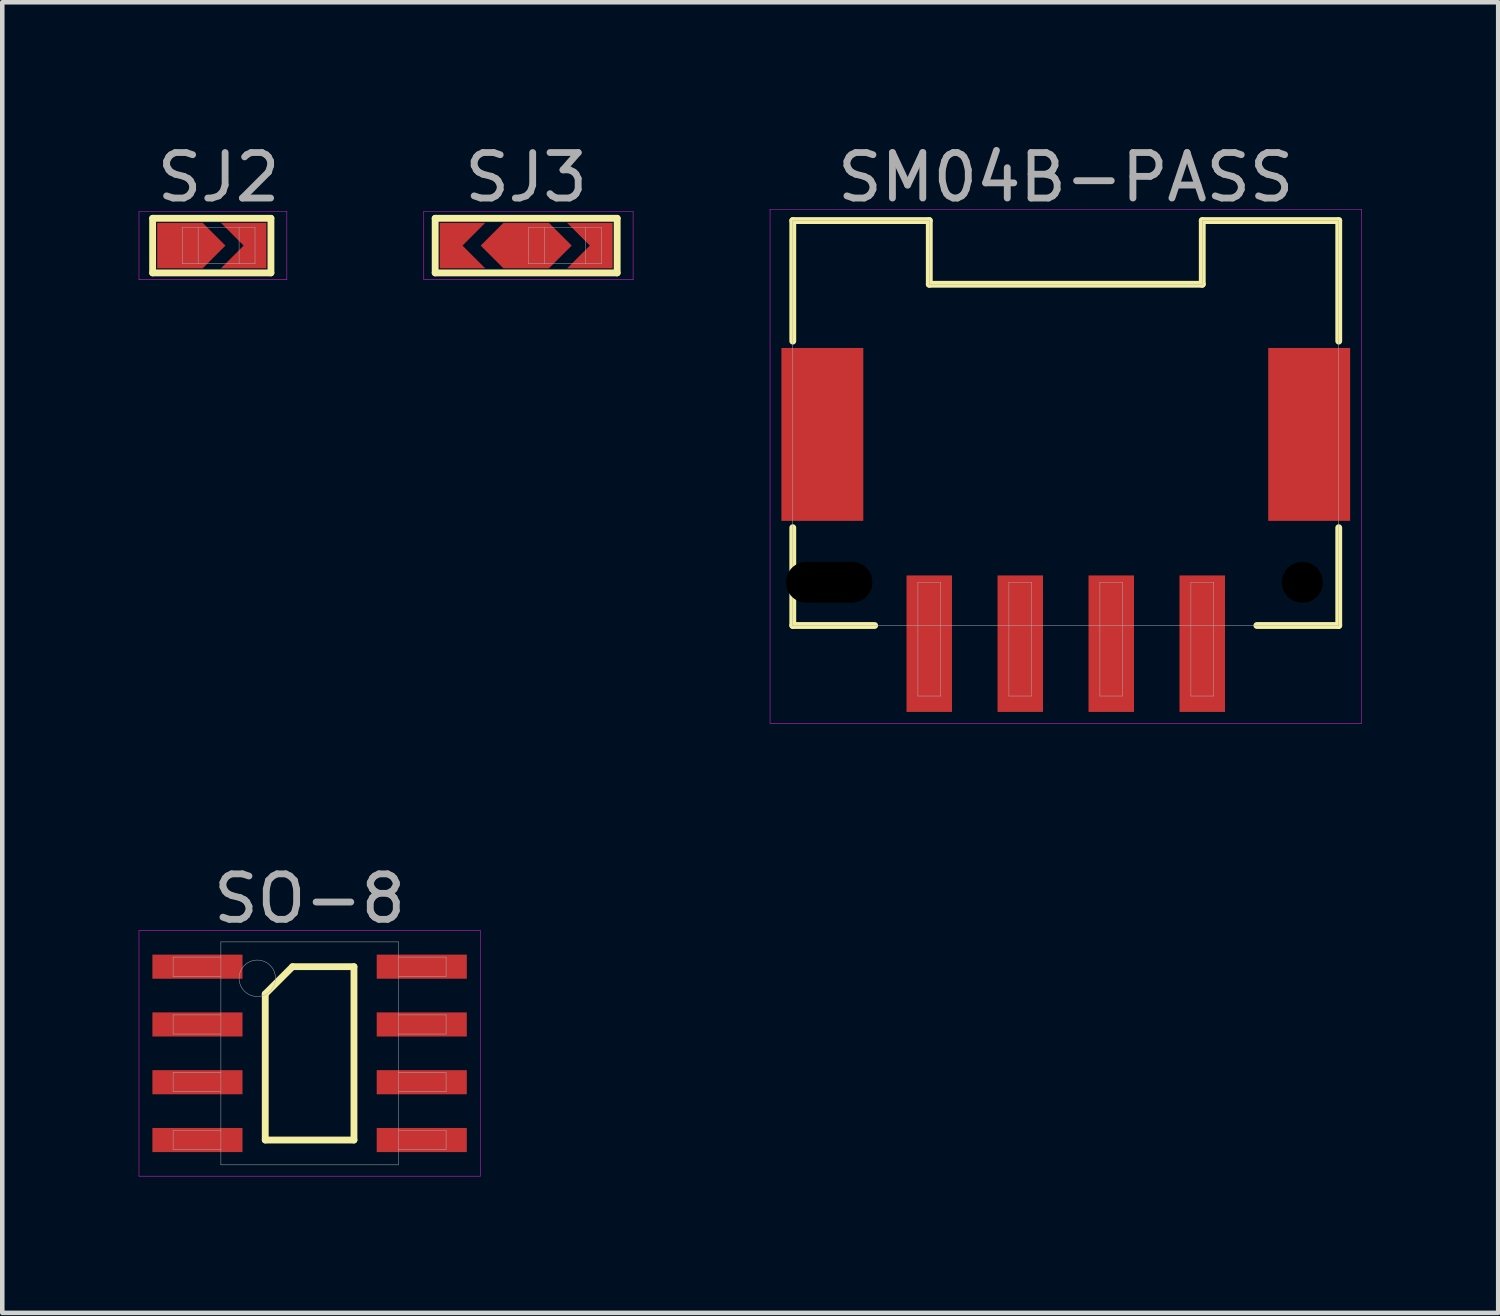
<source format=kicad_pcb>
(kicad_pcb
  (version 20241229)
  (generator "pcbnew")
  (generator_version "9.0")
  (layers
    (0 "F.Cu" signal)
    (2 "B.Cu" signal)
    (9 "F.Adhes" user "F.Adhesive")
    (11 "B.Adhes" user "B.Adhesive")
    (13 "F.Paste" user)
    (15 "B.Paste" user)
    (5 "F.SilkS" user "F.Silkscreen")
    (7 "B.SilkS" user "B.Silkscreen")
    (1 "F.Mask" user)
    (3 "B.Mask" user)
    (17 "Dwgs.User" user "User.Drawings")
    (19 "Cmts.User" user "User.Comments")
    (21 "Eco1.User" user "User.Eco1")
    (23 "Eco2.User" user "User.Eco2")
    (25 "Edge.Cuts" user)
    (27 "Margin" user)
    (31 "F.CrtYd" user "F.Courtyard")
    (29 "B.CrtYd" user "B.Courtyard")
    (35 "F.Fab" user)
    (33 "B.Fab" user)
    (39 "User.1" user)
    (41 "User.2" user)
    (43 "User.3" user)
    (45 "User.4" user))
  (footprint "SO-8"
    (layer "F.Cu")
    (at 3.755 20.102)
    (property "Reference" "SO-8" (at 0 -3.4 0) (layer "F.Fab") (effects (font (size 1 1) (thickness 0.15))))
    (attr through_hole)
    (fp_line (start -0.975 -1.305) (end -0.375 -1.905) (stroke (width 0.15) (type solid)) (layer "F.SilkS"))
    (fp_line (start -0.975 1.905) (end -0.975 -1.305) (stroke (width 0.15) (type solid)) (layer "F.SilkS"))
    (fp_line (start -0.375 -1.905) (end 0.975 -1.905) (stroke (width 0.15) (type solid)) (layer "F.SilkS"))
    (fp_line (start 0.975 -1.905) (end 0.975 1.905) (stroke (width 0.15) (type solid)) (layer "F.SilkS"))
    (fp_line (start 0.975 1.905) (end -0.975 1.905) (stroke (width 0.15) (type solid)) (layer "F.SilkS"))
    (fp_line (start -3.75 -2.7) (end 3.75 -2.7) (stroke (width 0.01) (type solid)) (layer "F.CrtYd"))
    (fp_line (start -3.75 2.7) (end -3.75 -2.7) (stroke (width 0.01) (type solid)) (layer "F.CrtYd"))
    (fp_line (start 3.75 -2.7) (end 3.75 2.7) (stroke (width 0.01) (type solid)) (layer "F.CrtYd"))
    (fp_line (start 3.75 2.7) (end -3.75 2.7) (stroke (width 0.01) (type solid)) (layer "F.CrtYd"))
    (fp_line (start -3 -2.115) (end -1.95 -2.115) (stroke (width 0.01) (type solid)) (layer "F.Fab"))
    (fp_line (start -3 -1.695) (end -3 -2.115) (stroke (width 0.01) (type solid)) (layer "F.Fab"))
    (fp_line (start -3 -0.845) (end -1.95 -0.845) (stroke (width 0.01) (type solid)) (layer "F.Fab"))
    (fp_line (start -3 -0.425) (end -3 -0.845) (stroke (width 0.01) (type solid)) (layer "F.Fab"))
    (fp_line (start -3 0.425) (end -1.95 0.425) (stroke (width 0.01) (type solid)) (layer "F.Fab"))
    (fp_line (start -3 0.845) (end -3 0.425) (stroke (width 0.01) (type solid)) (layer "F.Fab"))
    (fp_line (start -3 1.695) (end -1.95 1.695) (stroke (width 0.01) (type solid)) (layer "F.Fab"))
    (fp_line (start -3 2.115) (end -3 1.695) (stroke (width 0.01) (type solid)) (layer "F.Fab"))
    (fp_line (start -1.95 -2.45) (end 1.95 -2.45) (stroke (width 0.01) (type solid)) (layer "F.Fab"))
    (fp_line (start -1.95 -1.695) (end -3 -1.695) (stroke (width 0.01) (type solid)) (layer "F.Fab"))
    (fp_line (start -1.95 -0.425) (end -3 -0.425) (stroke (width 0.01) (type solid)) (layer "F.Fab"))
    (fp_line (start -1.95 0.845) (end -3 0.845) (stroke (width 0.01) (type solid)) (layer "F.Fab"))
    (fp_line (start -1.95 2.115) (end -3 2.115) (stroke (width 0.01) (type solid)) (layer "F.Fab"))
    (fp_line (start -1.95 2.45) (end -1.95 -2.45) (stroke (width 0.01) (type solid)) (layer "F.Fab"))
    (fp_line (start 1.95 -2.45) (end 1.95 2.45) (stroke (width 0.01) (type solid)) (layer "F.Fab"))
    (fp_line (start 1.95 -2.115) (end 3 -2.115) (stroke (width 0.01) (type solid)) (layer "F.Fab"))
    (fp_line (start 1.95 -0.845) (end 3 -0.845) (stroke (width 0.01) (type solid)) (layer "F.Fab"))
    (fp_line (start 1.95 0.425) (end 3 0.425) (stroke (width 0.01) (type solid)) (layer "F.Fab"))
    (fp_line (start 1.95 1.695) (end 3 1.695) (stroke (width 0.01) (type solid)) (layer "F.Fab"))
    (fp_line (start 1.95 2.45) (end -1.95 2.45) (stroke (width 0.01) (type solid)) (layer "F.Fab"))
    (fp_line (start 3 -2.115) (end 3 -1.695) (stroke (width 0.01) (type solid)) (layer "F.Fab"))
    (fp_line (start 3 -1.695) (end 1.95 -1.695) (stroke (width 0.01) (type solid)) (layer "F.Fab"))
    (fp_line (start 3 -0.845) (end 3 -0.425) (stroke (width 0.01) (type solid)) (layer "F.Fab"))
    (fp_line (start 3 -0.425) (end 1.95 -0.425) (stroke (width 0.01) (type solid)) (layer "F.Fab"))
    (fp_line (start 3 0.425) (end 3 0.845) (stroke (width 0.01) (type solid)) (layer "F.Fab"))
    (fp_line (start 3 0.845) (end 1.95 0.845) (stroke (width 0.01) (type solid)) (layer "F.Fab"))
    (fp_line (start 3 1.695) (end 3 2.115) (stroke (width 0.01) (type solid)) (layer "F.Fab"))
    (fp_line (start 3 2.115) (end 1.95 2.115) (stroke (width 0.01) (type solid)) (layer "F.Fab"))
    (fp_circle (center -1.15 -1.65) (end -1.15 -1.25) (stroke (width 0.01) (type solid)) (fill no) (layer "F.Fab"))
    (pad "1" smd rect (at -2.465 -1.905) (size 1.98 0.53) (layers "F.Cu" "F.Mask" "F.Paste"))
    (pad "2" smd rect (at -2.465 -0.635) (size 1.98 0.53) (layers "F.Cu" "F.Mask" "F.Paste"))
    (pad "3" smd rect (at -2.465 0.635) (size 1.98 0.53) (layers "F.Cu" "F.Mask" "F.Paste"))
    (pad "4" smd rect (at -2.465 1.905) (size 1.98 0.53) (layers "F.Cu" "F.Mask" "F.Paste"))
    (pad "5" smd rect (at 2.465 1.905) (size 1.98 0.53) (layers "F.Cu" "F.Mask" "F.Paste"))
    (pad "6" smd rect (at 2.465 0.635) (size 1.98 0.53) (layers "F.Cu" "F.Mask" "F.Paste"))
    (pad "7" smd rect (at 2.465 -0.635) (size 1.98 0.53) (layers "F.Cu" "F.Mask" "F.Paste"))
    (pad "8" smd rect (at 2.465 -1.905) (size 1.98 0.53) (layers "F.Cu" "F.Mask" "F.Paste")))
  (footprint "SJ3"
    (layer "F.Cu")
    (at 8.515 2.348)
    (property "Reference" "SJ3" (at 0 -1.5 180) (layer "F.Fab") (effects (font (size 1 1) (thickness 0.15))))
    (attr through_hole)
    (fp_line (start -2 -0.6) (end -2 0.6) (stroke (width 0.15) (type solid)) (layer "F.SilkS"))
    (fp_line (start -2 0.6) (end 2 0.6) (stroke (width 0.15) (type solid)) (layer "F.SilkS"))
    (fp_line (start 2 -0.6) (end -2 -0.6) (stroke (width 0.15) (type solid)) (layer "F.SilkS"))
    (fp_line (start 2 0.6) (end 2 -0.6) (stroke (width 0.15) (type solid)) (layer "F.SilkS"))
    (fp_line (start -2.25 -0.75) (end 2.35 -0.75) (stroke (width 0.01) (type solid)) (layer "F.CrtYd"))
    (fp_line (start -2.25 0.75) (end -2.25 -0.75) (stroke (width 0.01) (type solid)) (layer "F.CrtYd"))
    (fp_line (start 2.35 -0.75) (end 2.35 0.75) (stroke (width 0.01) (type solid)) (layer "F.CrtYd"))
    (fp_line (start 2.35 0.75) (end -2.25 0.75) (stroke (width 0.01) (type solid)) (layer "F.CrtYd"))
    (fp_line (start 0.05 -0.4) (end 1.65 -0.4) (stroke (width 0.01) (type solid)) (layer "F.Fab"))
    (fp_line (start 0.05 0.4) (end 0.05 -0.4) (stroke (width 0.01) (type solid)) (layer "F.Fab"))
    (fp_line (start 0.4 -0.4) (end 0.4 0.4) (stroke (width 0.01) (type solid)) (layer "F.Fab"))
    (fp_line (start 1.3 -0.4) (end 1.3 0.4) (stroke (width 0.01) (type solid)) (layer "F.Fab"))
    (fp_line (start 1.65 -0.4) (end 1.65 0.4) (stroke (width 0.01) (type solid)) (layer "F.Fab"))
    (fp_line (start 1.65 0.4) (end 0.05 0.4) (stroke (width 0.01) (type solid)) (layer "F.Fab"))
    (pad "1" smd custom (at -1.7 0 180) (size 0.4 0.4) (layers "F.Cu" "F.Mask") (options (anchor rect)) (primitives (gr_poly (pts (xy -0.8 0.5) (xy -0.3 0) (xy -0.8 -0.5) (xy 0.2 -0.5) (xy 0.2 0.5)) (width 0) (fill yes))))
    (pad "2" smd custom (at 0 0) (size 1 1) (layers "F.Cu" "F.Mask") (options (anchor rect)) (primitives (gr_poly (pts (xy 0.5 0.5) (xy 1 0) (xy 0.5 -0.5)) (width 0) (fill yes)) (gr_poly (pts (xy -0.5 0.5) (xy -1 0) (xy -0.5 -0.5)) (width 0) (fill yes))))
    (pad "3" smd custom (at 1.7 0) (size 0.4 0.4) (layers "F.Cu" "F.Mask") (options (anchor rect)) (primitives (gr_poly (pts (xy -0.8 0.5) (xy -0.3 0) (xy -0.8 -0.5) (xy 0.2 -0.5) (xy 0.2 0.5)) (width 0) (fill yes)))))
  (footprint "SJ2"
    (layer "F.Cu")
    (at 1.755 2.348)
    (property "Reference" "SJ2" (at 0 -1.5 180) (layer "F.Fab") (effects (font (size 1 1) (thickness 0.15))))
    (attr through_hole)
    (fp_line (start -1.45 -0.6) (end -1.45 0.6) (stroke (width 0.15) (type solid)) (layer "F.SilkS"))
    (fp_line (start -1.45 0.6) (end 1.15 0.6) (stroke (width 0.15) (type solid)) (layer "F.SilkS"))
    (fp_line (start 1.15 -0.6) (end -1.45 -0.6) (stroke (width 0.15) (type solid)) (layer "F.SilkS"))
    (fp_line (start 1.15 0.6) (end 1.15 -0.6) (stroke (width 0.15) (type solid)) (layer "F.SilkS"))
    (fp_line (start -1.75 -0.75) (end 1.5 -0.75) (stroke (width 0.01) (type solid)) (layer "F.CrtYd"))
    (fp_line (start -1.75 0.75) (end -1.75 -0.75) (stroke (width 0.01) (type solid)) (layer "F.CrtYd"))
    (fp_line (start 1.5 -0.75) (end 1.5 0.75) (stroke (width 0.01) (type solid)) (layer "F.CrtYd"))
    (fp_line (start 1.5 0.75) (end -1.75 0.75) (stroke (width 0.01) (type solid)) (layer "F.CrtYd"))
    (fp_line (start -0.8 -0.4) (end 0.8 -0.4) (stroke (width 0.01) (type solid)) (layer "F.Fab"))
    (fp_line (start -0.8 0.4) (end -0.8 -0.4) (stroke (width 0.01) (type solid)) (layer "F.Fab"))
    (fp_line (start -0.45 -0.4) (end -0.45 0.4) (stroke (width 0.01) (type solid)) (layer "F.Fab"))
    (fp_line (start 0.45 -0.4) (end 0.45 0.4) (stroke (width 0.01) (type solid)) (layer "F.Fab"))
    (fp_line (start 0.8 -0.4) (end 0.8 0.4) (stroke (width 0.01) (type solid)) (layer "F.Fab"))
    (fp_line (start 0.8 0.4) (end -0.8 0.4) (stroke (width 0.01) (type solid)) (layer "F.Fab"))
    (pad "1" smd custom (at -0.85 0) (size 1 1) (layers "F.Cu" "F.Mask") (options (anchor rect)) (primitives (gr_poly (pts (xy 0.5 0.5) (xy 1 0) (xy 0.5 -0.5)) (width 0) (fill yes))))
    (pad "2" smd custom (at 0.85 0) (size 0.4 0.4) (layers "F.Cu" "F.Mask") (options (anchor rect)) (primitives (gr_poly (pts (xy -0.8 0.5) (xy -0.3 0) (xy -0.8 -0.5) (xy 0.2 -0.5) (xy 0.2 0.5)) (width 0) (fill yes)))))
  (footprint "SM04B-PASS"
    (layer "F.Cu")
    (at 20.375 9.748)
    (property "Reference" "SM04B-PASS" (at 0 -8.9 0) (layer "F.Fab") (effects (font (size 1 1) (thickness 0.15))))
    (attr through_hole)
    (fp_line (start -6 -7.95) (end -6 -5.3) (stroke (width 0.15) (type solid)) (layer "F.SilkS"))
    (fp_line (start -6 -7.95) (end -3 -7.95) (stroke (width 0.15) (type solid)) (layer "F.SilkS"))
    (fp_line (start -6 0.95) (end -6 -1.2) (stroke (width 0.15) (type solid)) (layer "F.SilkS"))
    (fp_line (start -6 0.95) (end -4.2 0.95) (stroke (width 0.15) (type solid)) (layer "F.SilkS"))
    (fp_line (start -3 -7.95) (end -3 -6.55) (stroke (width 0.15) (type solid)) (layer "F.SilkS"))
    (fp_line (start -3 -6.55) (end 3 -6.55) (stroke (width 0.15) (type solid)) (layer "F.SilkS"))
    (fp_line (start 3 -7.95) (end 6 -7.95) (stroke (width 0.15) (type solid)) (layer "F.SilkS"))
    (fp_line (start 3 -6.55) (end 3 -7.95) (stroke (width 0.15) (type solid)) (layer "F.SilkS"))
    (fp_line (start 6 -7.95) (end 6 -5.3) (stroke (width 0.15) (type solid)) (layer "F.SilkS"))
    (fp_line (start 6 0.95) (end 4.2 0.95) (stroke (width 0.15) (type solid)) (layer "F.SilkS"))
    (fp_line (start 6 0.95) (end 6 -1.2) (stroke (width 0.15) (type solid)) (layer "F.SilkS"))
    (fp_line (start -6.5 -8.2) (end 6.5 -8.2) (stroke (width 0.01) (type solid)) (layer "F.CrtYd"))
    (fp_line (start -6.5 3.1) (end -6.5 -8.2) (stroke (width 0.01) (type solid)) (layer "F.CrtYd"))
    (fp_line (start 6.5 -8.2) (end 6.5 3.1) (stroke (width 0.01) (type solid)) (layer "F.CrtYd"))
    (fp_line (start 6.5 3.1) (end -6.5 3.1) (stroke (width 0.01) (type solid)) (layer "F.CrtYd"))
    (fp_line (start -6 -7.95) (end -3 -7.95) (stroke (width 0.01) (type solid)) (layer "F.Fab"))
    (fp_line (start -6 0.95) (end -6 -7.95) (stroke (width 0.01) (type solid)) (layer "F.Fab"))
    (fp_line (start -3.25 0) (end -2.75 0) (stroke (width 0.01) (type solid)) (layer "F.Fab"))
    (fp_line (start -3.25 2.5) (end -3.25 0) (stroke (width 0.01) (type solid)) (layer "F.Fab"))
    (fp_line (start -3 -7.95) (end -3 -6.55) (stroke (width 0.01) (type solid)) (layer "F.Fab"))
    (fp_line (start -3 -6.55) (end 3 -6.55) (stroke (width 0.01) (type solid)) (layer "F.Fab"))
    (fp_line (start -2.75 0) (end -2.75 2.5) (stroke (width 0.01) (type solid)) (layer "F.Fab"))
    (fp_line (start -2.75 2.5) (end -3.25 2.5) (stroke (width 0.01) (type solid)) (layer "F.Fab"))
    (fp_line (start -1.25 0) (end -0.75 0) (stroke (width 0.01) (type solid)) (layer "F.Fab"))
    (fp_line (start -1.25 2.5) (end -1.25 0) (stroke (width 0.01) (type solid)) (layer "F.Fab"))
    (fp_line (start -0.75 0) (end -0.75 2.5) (stroke (width 0.01) (type solid)) (layer "F.Fab"))
    (fp_line (start -0.75 2.5) (end -1.25 2.5) (stroke (width 0.01) (type solid)) (layer "F.Fab"))
    (fp_line (start 0.75 0) (end 1.25 0) (stroke (width 0.01) (type solid)) (layer "F.Fab"))
    (fp_line (start 0.75 2.5) (end 0.75 0) (stroke (width 0.01) (type solid)) (layer "F.Fab"))
    (fp_line (start 1.25 0) (end 1.25 2.5) (stroke (width 0.01) (type solid)) (layer "F.Fab"))
    (fp_line (start 1.25 2.5) (end 0.75 2.5) (stroke (width 0.01) (type solid)) (layer "F.Fab"))
    (fp_line (start 2.75 0) (end 3.25 0) (stroke (width 0.01) (type solid)) (layer "F.Fab"))
    (fp_line (start 2.75 2.5) (end 2.75 0) (stroke (width 0.01) (type solid)) (layer "F.Fab"))
    (fp_line (start 3 -7.95) (end 6 -7.95) (stroke (width 0.01) (type solid)) (layer "F.Fab"))
    (fp_line (start 3 -6.55) (end 3 -7.95) (stroke (width 0.01) (type solid)) (layer "F.Fab"))
    (fp_line (start 3.25 0) (end 3.25 2.5) (stroke (width 0.01) (type solid)) (layer "F.Fab"))
    (fp_line (start 3.25 2.5) (end 2.75 2.5) (stroke (width 0.01) (type solid)) (layer "F.Fab"))
    (fp_line (start 6 -7.95) (end 6 0.95) (stroke (width 0.01) (type solid)) (layer "F.Fab"))
    (fp_line (start 6 0.95) (end -6 0.95) (stroke (width 0.01) (type solid)) (layer "F.Fab"))
    (pad "" smd rect (at -5.35 -3.25) (size 1.8 3.8) (layers "F.Cu" "F.Mask" "F.Paste"))
    (pad "" np_thru_hole oval (at -5.2 0) (size 1.9 0.9) (drill oval 1.9 0.9) (layers "*.Mask"))
    (pad "" np_thru_hole circle (at 5.2 0) (size 0.9 0.9) (drill 0.9) (layers "*.Mask"))
    (pad "" smd rect (at 5.35 -3.25) (size 1.8 3.8) (layers "F.Cu" "F.Mask" "F.Paste"))
    (pad "1" smd rect (at 3 1.35) (size 1 3) (layers "F.Cu" "F.Mask" "F.Paste"))
    (pad "2" smd rect (at 1 1.35) (size 1 3) (layers "F.Cu" "F.Mask" "F.Paste"))
    (pad "3" smd rect (at -1 1.35) (size 1 3) (layers "F.Cu" "F.Mask" "F.Paste"))
    (pad "4" smd rect (at -3 1.35) (size 1 3) (layers "F.Cu" "F.Mask" "F.Paste")))
  (gr_rect
    (start -3 -3)
    (end 29.88 25.806)
    (stroke (width 0.1) (type default))
    (fill no)
    (layer "Edge.Cuts")))
</source>
